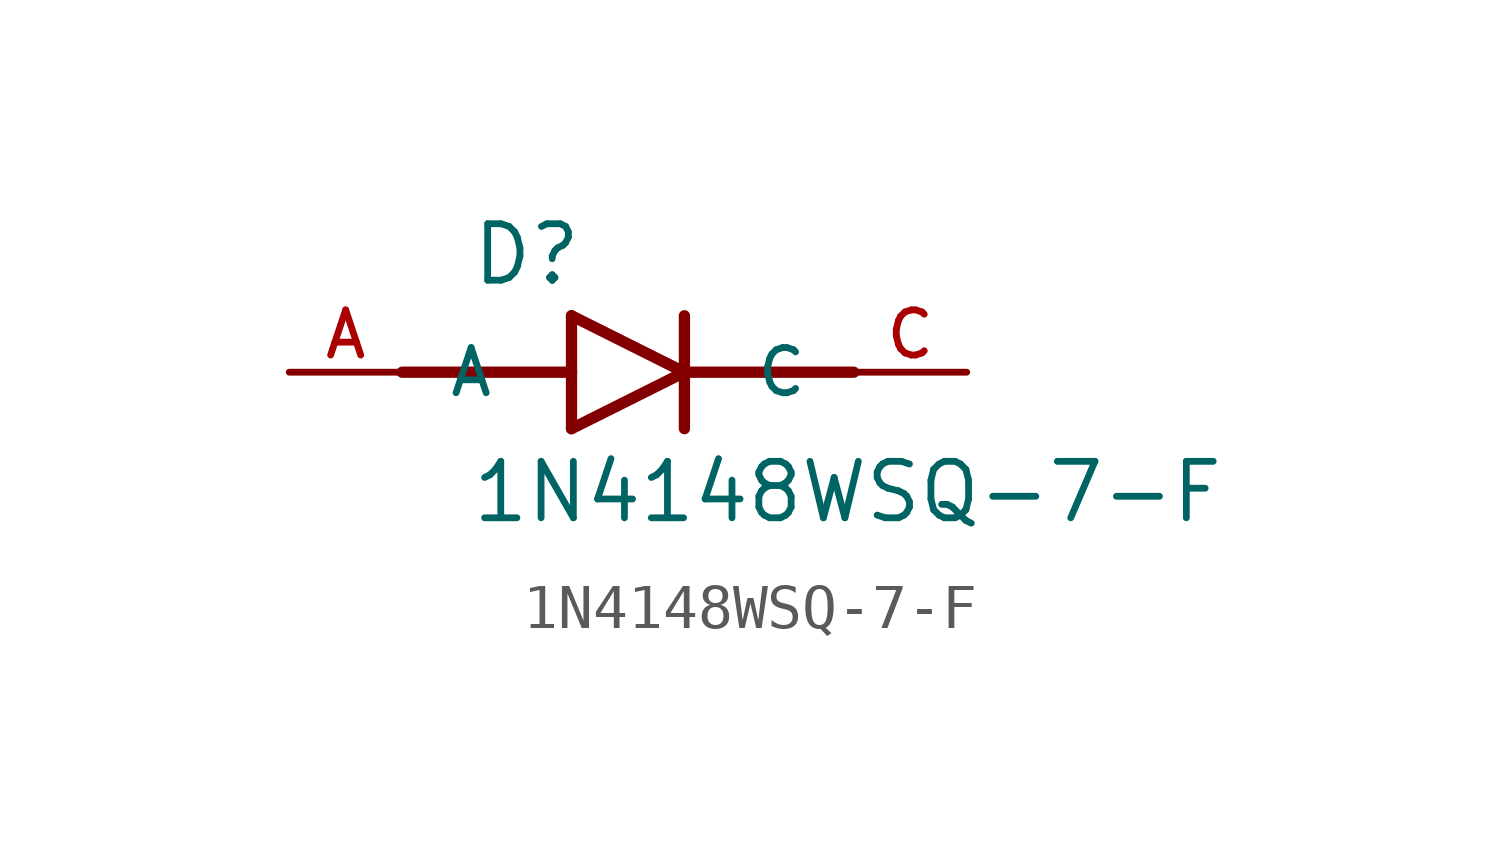
<source format=kicad_sym>
(kicad_symbol_lib
  (version 20211014)
  (generator kicad_symbol_editor)
  (symbol "1N4148WSQ-7-F"
    (pin_names
      (offset 1.016))
    (property "Reference" "D"
      (at -3.558 1.906 0)
      (effects (font (size 1.27 1.27)) (justify bottom left)))
    (property "Value" "1N4148WSQ-7-F"
      (at -3.566 -3.438 0)
      (effects (font (size 1.27 1.27)) (justify bottom left)))
    (symbol "1N4148WSQ-7-F_0_0"
      (polyline (pts (xy -1.27 -1.27) (xy 1.27 0.0)) (stroke (width 0.254)))
      (polyline (pts (xy 1.27 0.0) (xy -1.27 1.27)) (stroke (width 0.254)))
      (polyline (pts (xy 1.27 1.27) (xy 1.27 0.0)) (stroke (width 0.254)))
      (polyline (pts (xy -1.27 1.27) (xy -1.27 0.0)) (stroke (width 0.254)))
      (polyline (pts (xy -1.27 0.0) (xy -1.27 -1.27)) (stroke (width 0.254)))
      (polyline (pts (xy 1.27 0.0) (xy 1.27 -1.27)) (stroke (width 0.254)))
      (polyline (pts (xy -5.08 0.0) (xy -1.27 0.0)) (stroke (width 0.254)))
      (polyline (pts (xy 1.27 0.0) (xy 5.08 0.0)) (stroke (width 0.254)))
      (pin passive line (at -7.62 0.0 0) (length 2.54) (name "A" (effects (font (size 1.016 1.016)))) (number "A" (effects (font (size 1.016 1.016)))))
      (pin passive line (at 7.62 0.0 180.0) (length 2.54) (name "C" (effects (font (size 1.016 1.016)))) (number "C" (effects (font (size 1.016 1.016))))))))
</source>
